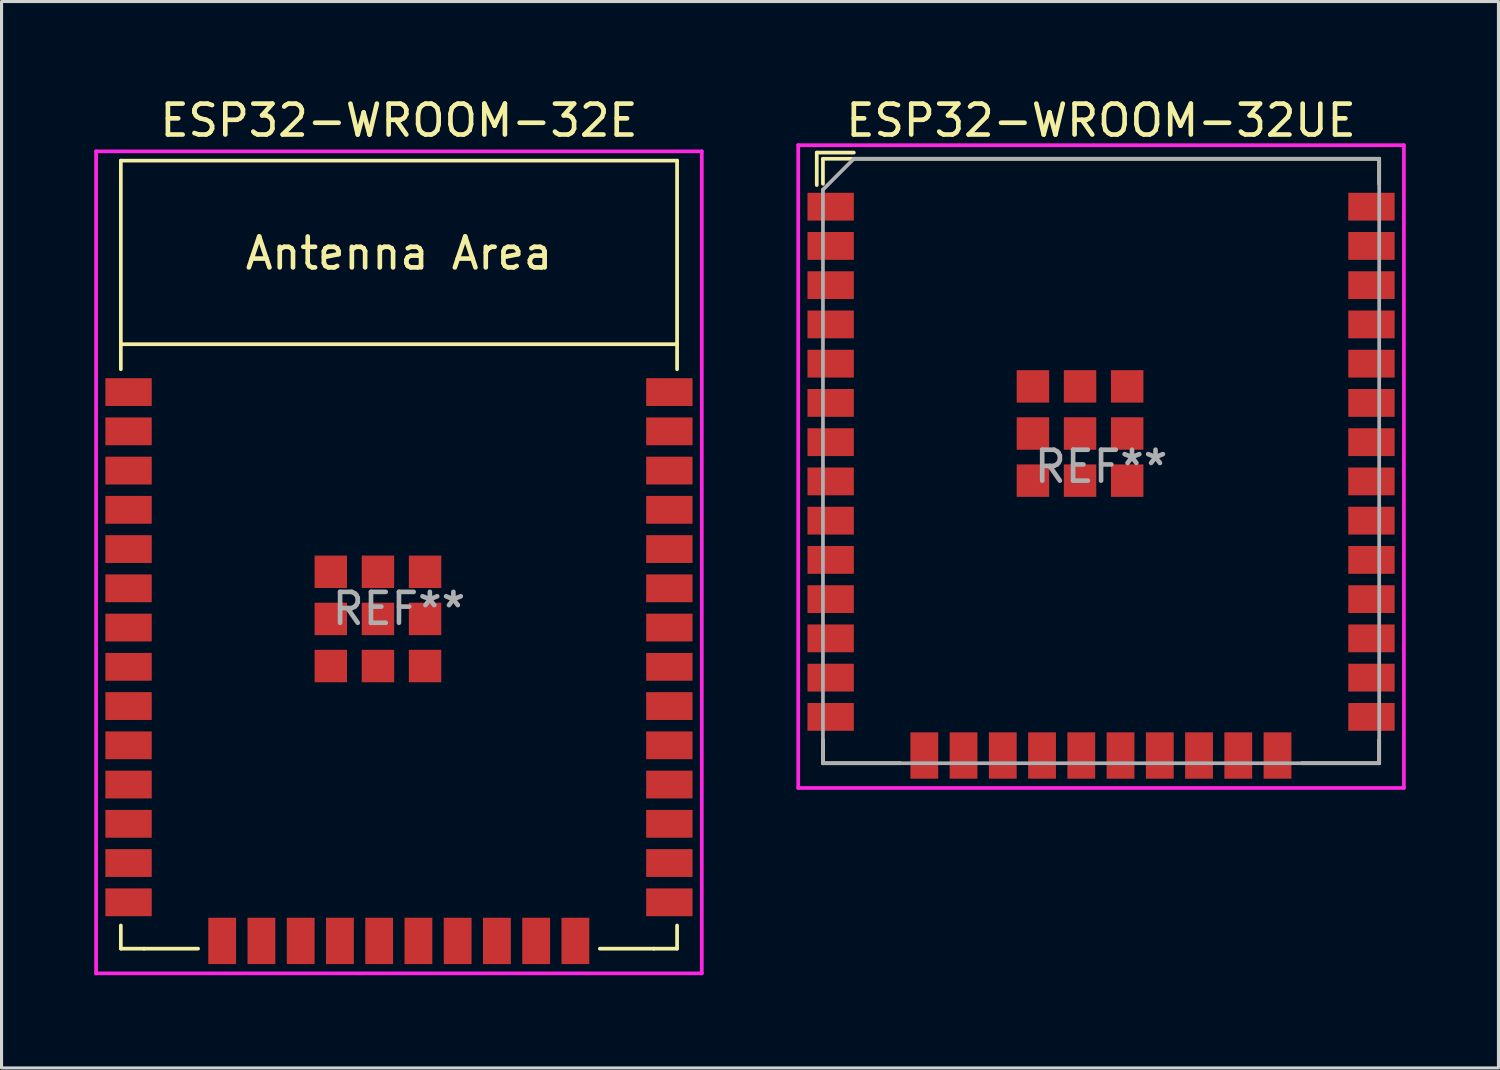
<source format=kicad_pcb>
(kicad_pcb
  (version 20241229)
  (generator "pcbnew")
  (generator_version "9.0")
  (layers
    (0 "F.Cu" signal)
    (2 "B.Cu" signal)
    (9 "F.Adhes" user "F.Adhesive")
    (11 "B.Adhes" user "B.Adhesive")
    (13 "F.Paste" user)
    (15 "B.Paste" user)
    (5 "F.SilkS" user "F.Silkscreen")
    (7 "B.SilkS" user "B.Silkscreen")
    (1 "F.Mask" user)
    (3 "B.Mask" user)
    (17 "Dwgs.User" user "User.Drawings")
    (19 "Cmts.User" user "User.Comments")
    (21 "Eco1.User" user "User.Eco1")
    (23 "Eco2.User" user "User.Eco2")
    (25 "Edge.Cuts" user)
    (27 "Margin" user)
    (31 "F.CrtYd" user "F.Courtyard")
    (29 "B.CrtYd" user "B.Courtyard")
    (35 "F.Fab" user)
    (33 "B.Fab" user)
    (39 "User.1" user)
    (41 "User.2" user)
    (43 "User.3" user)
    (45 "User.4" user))
  (footprint "ESP32-WROOM-32E"
    (layer "F.Cu")
    (at 9.86 16.648)
    (property "Reference" "ESP32-WROOM-32E" (at 0 -15.8 0) (layer "F.SilkS") (effects (font (size 1 1) (thickness 0.15))))
    (attr smd)
    (fp_line (start -9 -14.5) (end -9 -7.75) (stroke (width 0.12) (type solid)) (layer "F.SilkS"))
    (fp_line (start -9 -14.5) (end 9 -14.5) (stroke (width 0.12) (type solid)) (layer "F.SilkS"))
    (fp_line (start -9 10.25) (end -9 11) (stroke (width 0.12) (type solid)) (layer "F.SilkS"))
    (fp_line (start -9 11) (end -8.25 11) (stroke (width 0.12) (type solid)) (layer "F.SilkS"))
    (fp_line (start -8.25 11) (end -6.5 11) (stroke (width 0.12) (type solid)) (layer "F.SilkS"))
    (fp_line (start 8.25 11) (end 6.5 11) (stroke (width 0.12) (type solid)) (layer "F.SilkS"))
    (fp_line (start 9 -14.5) (end 9 -7.75) (stroke (width 0.12) (type solid)) (layer "F.SilkS"))
    (fp_line (start 9 -8.56) (end -9 -8.56) (stroke (width 0.12) (type solid)) (layer "F.SilkS"))
    (fp_line (start 9 10.25) (end 9 11) (stroke (width 0.12) (type solid)) (layer "F.SilkS"))
    (fp_line (start 9 11) (end 8.25 11) (stroke (width 0.12) (type solid)) (layer "F.SilkS"))
    (fp_line (start -9 -14.5) (end 9 -14.5) (stroke (width 0.12) (type solid)) (layer "Eco2.User"))
    (fp_line (start -9 -8.56) (end 9 -8.56) (stroke (width 0.12) (type solid)) (layer "Eco2.User"))
    (fp_line (start -9 11) (end -9 -14.5) (stroke (width 0.12) (type solid)) (layer "Eco2.User"))
    (fp_line (start 9 -14.5) (end 9 11) (stroke (width 0.12) (type solid)) (layer "Eco2.User"))
    (fp_line (start 9 11) (end -9 11) (stroke (width 0.12) (type solid)) (layer "Eco2.User"))
    (fp_line (start -9.8 -14.8) (end -9.8 11.8) (stroke (width 0.12) (type solid)) (layer "F.CrtYd"))
    (fp_line (start -9.8 11.8) (end 9.8 11.8) (stroke (width 0.12) (type solid)) (layer "F.CrtYd"))
    (fp_line (start 9.8 -14.8) (end -9.8 -14.8) (stroke (width 0.12) (type solid)) (layer "F.CrtYd"))
    (fp_line (start 9.8 -14.8) (end 9.8 11.8) (stroke (width 0.12) (type solid)) (layer "F.CrtYd"))
    (fp_text user "Antenna Area" (at 0 -11.5 0) (layer "F.SilkS") (effects (font (size 1 1) (thickness 0.15))))
    (fp_text user "Antenna Area" (at 0 -11.5 0) (layer "Eco2.User") (effects (font (size 1 1) (thickness 0.15))))
    (fp_text user "REF**" (at 0 0 0) (layer "F.Fab") (effects (font (size 1 1) (thickness 0.15))))
    (pad "1" smd rect (at -8.75 -7.01) (size 1.5 0.9) (layers "F.Cu" "F.Mask" "F.Paste"))
    (pad "2" smd rect (at -8.75 -5.74) (size 1.5 0.9) (layers "F.Cu" "F.Mask" "F.Paste"))
    (pad "3" smd rect (at -8.75 -4.47) (size 1.5 0.9) (layers "F.Cu" "F.Mask" "F.Paste"))
    (pad "4" smd rect (at -8.75 -3.2) (size 1.5 0.9) (layers "F.Cu" "F.Mask" "F.Paste"))
    (pad "5" smd rect (at -8.75 -1.93) (size 1.5 0.9) (layers "F.Cu" "F.Mask" "F.Paste"))
    (pad "6" smd rect (at -8.75 -0.66) (size 1.5 0.9) (layers "F.Cu" "F.Mask" "F.Paste"))
    (pad "7" smd rect (at -8.75 0.61) (size 1.5 0.9) (layers "F.Cu" "F.Mask" "F.Paste"))
    (pad "8" smd rect (at -8.75 1.88) (size 1.5 0.9) (layers "F.Cu" "F.Mask" "F.Paste"))
    (pad "9" smd rect (at -8.75 3.15) (size 1.5 0.9) (layers "F.Cu" "F.Mask" "F.Paste"))
    (pad "10" smd rect (at -8.75 4.42) (size 1.5 0.9) (layers "F.Cu" "F.Mask" "F.Paste"))
    (pad "11" smd rect (at -8.75 5.69) (size 1.5 0.9) (layers "F.Cu" "F.Mask" "F.Paste"))
    (pad "12" smd rect (at -8.75 6.96) (size 1.5 0.9) (layers "F.Cu" "F.Mask" "F.Paste"))
    (pad "13" smd rect (at -8.75 8.23) (size 1.5 0.9) (layers "F.Cu" "F.Mask" "F.Paste"))
    (pad "14" smd rect (at -8.75 9.5) (size 1.5 0.9) (layers "F.Cu" "F.Mask" "F.Paste"))
    (pad "15" smd rect (at -5.72 10.75 90) (size 1.5 0.9) (layers "F.Cu" "F.Mask" "F.Paste"))
    (pad "16" smd rect (at -4.45 10.75 90) (size 1.5 0.9) (layers "F.Cu" "F.Mask" "F.Paste"))
    (pad "17" smd rect (at -3.18 10.75 90) (size 1.5 0.9) (layers "F.Cu" "F.Mask" "F.Paste"))
    (pad "18" smd rect (at -1.91 10.75 90) (size 1.5 0.9) (layers "F.Cu" "F.Mask" "F.Paste"))
    (pad "19" smd rect (at -0.64 10.75 90) (size 1.5 0.9) (layers "F.Cu" "F.Mask" "F.Paste"))
    (pad "20" smd rect (at 0.63 10.75 90) (size 1.5 0.9) (layers "F.Cu" "F.Mask" "F.Paste"))
    (pad "21" smd rect (at 1.9 10.75 90) (size 1.5 0.9) (layers "F.Cu" "F.Mask" "F.Paste"))
    (pad "22" smd rect (at 3.17 10.75 90) (size 1.5 0.9) (layers "F.Cu" "F.Mask" "F.Paste"))
    (pad "23" smd rect (at 4.44 10.75 90) (size 1.5 0.9) (layers "F.Cu" "F.Mask" "F.Paste"))
    (pad "24" smd rect (at 5.71 10.75 90) (size 1.5 0.9) (layers "F.Cu" "F.Mask" "F.Paste"))
    (pad "25" smd rect (at 8.75 9.5 180) (size 1.5 0.9) (layers "F.Cu" "F.Mask" "F.Paste"))
    (pad "26" smd rect (at 8.75 8.23 180) (size 1.5 0.9) (layers "F.Cu" "F.Mask" "F.Paste"))
    (pad "27" smd rect (at 8.75 6.96 180) (size 1.5 0.9) (layers "F.Cu" "F.Mask" "F.Paste"))
    (pad "28" smd rect (at 8.75 5.69 180) (size 1.5 0.9) (layers "F.Cu" "F.Mask" "F.Paste"))
    (pad "29" smd rect (at 8.75 4.42 180) (size 1.5 0.9) (layers "F.Cu" "F.Mask" "F.Paste"))
    (pad "30" smd rect (at 8.75 3.15 180) (size 1.5 0.9) (layers "F.Cu" "F.Mask" "F.Paste"))
    (pad "31" smd rect (at 8.75 1.88 180) (size 1.5 0.9) (layers "F.Cu" "F.Mask" "F.Paste"))
    (pad "32" smd rect (at 8.75 0.61 180) (size 1.5 0.9) (layers "F.Cu" "F.Mask" "F.Paste"))
    (pad "33" smd rect (at 8.75 -0.66 180) (size 1.5 0.9) (layers "F.Cu" "F.Mask" "F.Paste"))
    (pad "34" smd rect (at 8.75 -1.93 180) (size 1.5 0.9) (layers "F.Cu" "F.Mask" "F.Paste"))
    (pad "35" smd rect (at 8.75 -3.2 180) (size 1.5 0.9) (layers "F.Cu" "F.Mask" "F.Paste"))
    (pad "36" smd rect (at 8.75 -4.47 180) (size 1.5 0.9) (layers "F.Cu" "F.Mask" "F.Paste"))
    (pad "37" smd rect (at 8.75 -5.74 180) (size 1.5 0.9) (layers "F.Cu" "F.Mask" "F.Paste"))
    (pad "38" smd rect (at 8.75 -7.01 180) (size 1.5 0.9) (layers "F.Cu" "F.Mask" "F.Paste"))
    (pad "39" smd rect (at -2.205 -1.195 180) (size 1.05 1.05) (layers "F.Cu" "F.Mask" "F.Paste"))
    (pad "39" smd rect (at -2.205 0.33 180) (size 1.05 1.05) (layers "F.Cu" "F.Mask" "F.Paste"))
    (pad "39" smd rect (at -2.205 1.855 180) (size 1.05 1.05) (layers "F.Cu" "F.Mask" "F.Paste"))
    (pad "39" smd rect (at -0.68 -1.195 180) (size 1.05 1.05) (layers "F.Cu" "F.Mask" "F.Paste"))
    (pad "39" smd rect (at -0.68 0.33 180) (size 1.05 1.05) (layers "F.Cu" "F.Mask" "F.Paste"))
    (pad "39" smd rect (at -0.68 1.855 180) (size 1.05 1.05) (layers "F.Cu" "F.Mask" "F.Paste"))
    (pad "39" smd rect (at 0.845 -1.195 180) (size 1.05 1.05) (layers "F.Cu" "F.Mask" "F.Paste"))
    (pad "39" smd rect (at 0.845 0.33 180) (size 1.05 1.05) (layers "F.Cu" "F.Mask" "F.Paste"))
    (pad "39" smd rect (at 0.845 1.855 180) (size 1.05 1.05) (layers "F.Cu" "F.Mask" "F.Paste")))
  (footprint "ESP32-WROOM-32UE"
    (layer "F.Cu")
    (at 32.58 12.048)
    (property "Reference" "ESP32-WROOM-32UE" (at 0 -11.2 0) (layer "F.SilkS") (effects (font (size 1 1) (thickness 0.15))))
    (attr smd)
    (fp_line (start -9.2 -10.16) (end -9.2 -9.11) (stroke (width 0.12) (type solid)) (layer "F.SilkS"))
    (fp_line (start -9 -9.96) (end -9 -9.15) (stroke (width 0.12) (type solid)) (layer "F.SilkS"))
    (fp_line (start -9 8.85) (end -9 9.6) (stroke (width 0.12) (type solid)) (layer "F.SilkS"))
    (fp_line (start -9 9.6) (end -6.5 9.6) (stroke (width 0.12) (type solid)) (layer "F.SilkS"))
    (fp_line (start -8 -10.16) (end -9.2 -10.16) (stroke (width 0.12) (type solid)) (layer "F.SilkS"))
    (fp_line (start 6.5 9.6) (end 9 9.6) (stroke (width 0.12) (type solid)) (layer "F.SilkS"))
    (fp_line (start 9 -9.96) (end -9 -9.96) (stroke (width 0.12) (type solid)) (layer "F.SilkS"))
    (fp_line (start 9 -9.96) (end 9 -9.15) (stroke (width 0.12) (type solid)) (layer "F.SilkS"))
    (fp_line (start 9 8.85) (end 9 9.6) (stroke (width 0.12) (type solid)) (layer "F.SilkS"))
    (fp_line (start -9 -9.96) (end 9 -9.96) (stroke (width 0.12) (type solid)) (layer "Eco2.User"))
    (fp_line (start -9 9.6) (end -9 -9.96) (stroke (width 0.12) (type solid)) (layer "Eco2.User"))
    (fp_line (start 9 -9.96) (end 9 9.6) (stroke (width 0.12) (type solid)) (layer "Eco2.User"))
    (fp_line (start 9 9.6) (end -9 9.6) (stroke (width 0.12) (type solid)) (layer "Eco2.User"))
    (fp_line (start -9.8 -10.4) (end -9.8 10.4) (stroke (width 0.12) (type solid)) (layer "F.CrtYd"))
    (fp_line (start -9.8 -10.4) (end 9.8 -10.4) (stroke (width 0.12) (type solid)) (layer "F.CrtYd"))
    (fp_line (start -9.8 10.4) (end 9.8 10.4) (stroke (width 0.12) (type solid)) (layer "F.CrtYd"))
    (fp_line (start 9.8 -10.4) (end 9.8 10.4) (stroke (width 0.12) (type solid)) (layer "F.CrtYd"))
    (fp_line (start -9 9.6) (end -9 -8.96) (stroke (width 0.12) (type solid)) (layer "F.Fab"))
    (fp_line (start -8 -9.96) (end -9 -8.96) (stroke (width 0.12) (type solid)) (layer "F.Fab"))
    (fp_line (start -8 -9.96) (end 9 -9.96) (stroke (width 0.12) (type solid)) (layer "F.Fab"))
    (fp_line (start 9 -9.96) (end 9 9.6) (stroke (width 0.12) (type solid)) (layer "F.Fab"))
    (fp_line (start 9 9.6) (end -9 9.6) (stroke (width 0.12) (type solid)) (layer "F.Fab"))
    (fp_text user "REF**" (at 0 0 0) (layer "F.Fab") (effects (font (size 1 1) (thickness 0.15))))
    (pad "1" smd rect (at -8.75 -8.41) (size 1.5 0.9) (layers "F.Cu" "F.Mask" "F.Paste"))
    (pad "2" smd rect (at -8.75 -7.14) (size 1.5 0.9) (layers "F.Cu" "F.Mask" "F.Paste"))
    (pad "3" smd rect (at -8.75 -5.87) (size 1.5 0.9) (layers "F.Cu" "F.Mask" "F.Paste"))
    (pad "4" smd rect (at -8.75 -4.6) (size 1.5 0.9) (layers "F.Cu" "F.Mask" "F.Paste"))
    (pad "5" smd rect (at -8.75 -3.33) (size 1.5 0.9) (layers "F.Cu" "F.Mask" "F.Paste"))
    (pad "6" smd rect (at -8.75 -2.06) (size 1.5 0.9) (layers "F.Cu" "F.Mask" "F.Paste"))
    (pad "7" smd rect (at -8.75 -0.79) (size 1.5 0.9) (layers "F.Cu" "F.Mask" "F.Paste"))
    (pad "8" smd rect (at -8.75 0.48) (size 1.5 0.9) (layers "F.Cu" "F.Mask" "F.Paste"))
    (pad "9" smd rect (at -8.75 1.75) (size 1.5 0.9) (layers "F.Cu" "F.Mask" "F.Paste"))
    (pad "10" smd rect (at -8.75 3.02) (size 1.5 0.9) (layers "F.Cu" "F.Mask" "F.Paste"))
    (pad "11" smd rect (at -8.75 4.29) (size 1.5 0.9) (layers "F.Cu" "F.Mask" "F.Paste"))
    (pad "12" smd rect (at -8.75 5.56) (size 1.5 0.9) (layers "F.Cu" "F.Mask" "F.Paste"))
    (pad "13" smd rect (at -8.75 6.83) (size 1.5 0.9) (layers "F.Cu" "F.Mask" "F.Paste"))
    (pad "14" smd rect (at -8.75 8.1) (size 1.5 0.9) (layers "F.Cu" "F.Mask" "F.Paste"))
    (pad "15" smd rect (at -5.72 9.35 90) (size 1.5 0.9) (layers "F.Cu" "F.Mask" "F.Paste"))
    (pad "16" smd rect (at -4.45 9.35 90) (size 1.5 0.9) (layers "F.Cu" "F.Mask" "F.Paste"))
    (pad "17" smd rect (at -3.18 9.35 90) (size 1.5 0.9) (layers "F.Cu" "F.Mask" "F.Paste"))
    (pad "18" smd rect (at -1.91 9.35 90) (size 1.5 0.9) (layers "F.Cu" "F.Mask" "F.Paste"))
    (pad "19" smd rect (at -0.64 9.35 90) (size 1.5 0.9) (layers "F.Cu" "F.Mask" "F.Paste"))
    (pad "20" smd rect (at 0.63 9.35 90) (size 1.5 0.9) (layers "F.Cu" "F.Mask" "F.Paste"))
    (pad "21" smd rect (at 1.9 9.35 90) (size 1.5 0.9) (layers "F.Cu" "F.Mask" "F.Paste"))
    (pad "22" smd rect (at 3.17 9.35 90) (size 1.5 0.9) (layers "F.Cu" "F.Mask" "F.Paste"))
    (pad "23" smd rect (at 4.44 9.35 90) (size 1.5 0.9) (layers "F.Cu" "F.Mask" "F.Paste"))
    (pad "24" smd rect (at 5.71 9.35 90) (size 1.5 0.9) (layers "F.Cu" "F.Mask" "F.Paste"))
    (pad "25" smd rect (at 8.75 8.1 180) (size 1.5 0.9) (layers "F.Cu" "F.Mask" "F.Paste"))
    (pad "26" smd rect (at 8.75 6.83 180) (size 1.5 0.9) (layers "F.Cu" "F.Mask" "F.Paste"))
    (pad "27" smd rect (at 8.75 5.56 180) (size 1.5 0.9) (layers "F.Cu" "F.Mask" "F.Paste"))
    (pad "28" smd rect (at 8.75 4.29 180) (size 1.5 0.9) (layers "F.Cu" "F.Mask" "F.Paste"))
    (pad "29" smd rect (at 8.75 3.02 180) (size 1.5 0.9) (layers "F.Cu" "F.Mask" "F.Paste"))
    (pad "30" smd rect (at 8.75 1.75 180) (size 1.5 0.9) (layers "F.Cu" "F.Mask" "F.Paste"))
    (pad "31" smd rect (at 8.75 0.48 180) (size 1.5 0.9) (layers "F.Cu" "F.Mask" "F.Paste"))
    (pad "32" smd rect (at 8.75 -0.79 180) (size 1.5 0.9) (layers "F.Cu" "F.Mask" "F.Paste"))
    (pad "33" smd rect (at 8.75 -2.06 180) (size 1.5 0.9) (layers "F.Cu" "F.Mask" "F.Paste"))
    (pad "34" smd rect (at 8.75 -3.33 180) (size 1.5 0.9) (layers "F.Cu" "F.Mask" "F.Paste"))
    (pad "35" smd rect (at 8.75 -4.6 180) (size 1.5 0.9) (layers "F.Cu" "F.Mask" "F.Paste"))
    (pad "36" smd rect (at 8.75 -5.87 180) (size 1.5 0.9) (layers "F.Cu" "F.Mask" "F.Paste"))
    (pad "37" smd rect (at 8.75 -7.14 180) (size 1.5 0.9) (layers "F.Cu" "F.Mask" "F.Paste"))
    (pad "38" smd rect (at 8.75 -8.41 180) (size 1.5 0.9) (layers "F.Cu" "F.Mask" "F.Paste"))
    (pad "39" smd rect (at -2.205 -2.595 180) (size 1.05 1.05) (layers "F.Cu" "F.Mask" "F.Paste"))
    (pad "39" smd rect (at -2.205 -1.07 180) (size 1.05 1.05) (layers "F.Cu" "F.Mask" "F.Paste"))
    (pad "39" smd rect (at -2.205 0.455 180) (size 1.05 1.05) (layers "F.Cu" "F.Mask" "F.Paste"))
    (pad "39" smd rect (at -0.68 -2.595 180) (size 1.05 1.05) (layers "F.Cu" "F.Mask" "F.Paste"))
    (pad "39" smd rect (at -0.68 -1.07 180) (size 1.05 1.05) (layers "F.Cu" "F.Mask" "F.Paste"))
    (pad "39" smd rect (at -0.68 0.455 180) (size 1.05 1.05) (layers "F.Cu" "F.Mask" "F.Paste"))
    (pad "39" smd rect (at 0.845 -2.595 180) (size 1.05 1.05) (layers "F.Cu" "F.Mask" "F.Paste"))
    (pad "39" smd rect (at 0.845 -1.07 180) (size 1.05 1.05) (layers "F.Cu" "F.Mask" "F.Paste"))
    (pad "39" smd rect (at 0.845 0.455 180) (size 1.05 1.05) (layers "F.Cu" "F.Mask" "F.Paste")))
  (gr_rect
    (start -3 -3)
    (end 45.44 31.508)
    (stroke (width 0.1) (type default))
    (fill no)
    (layer "Edge.Cuts")))
</source>
